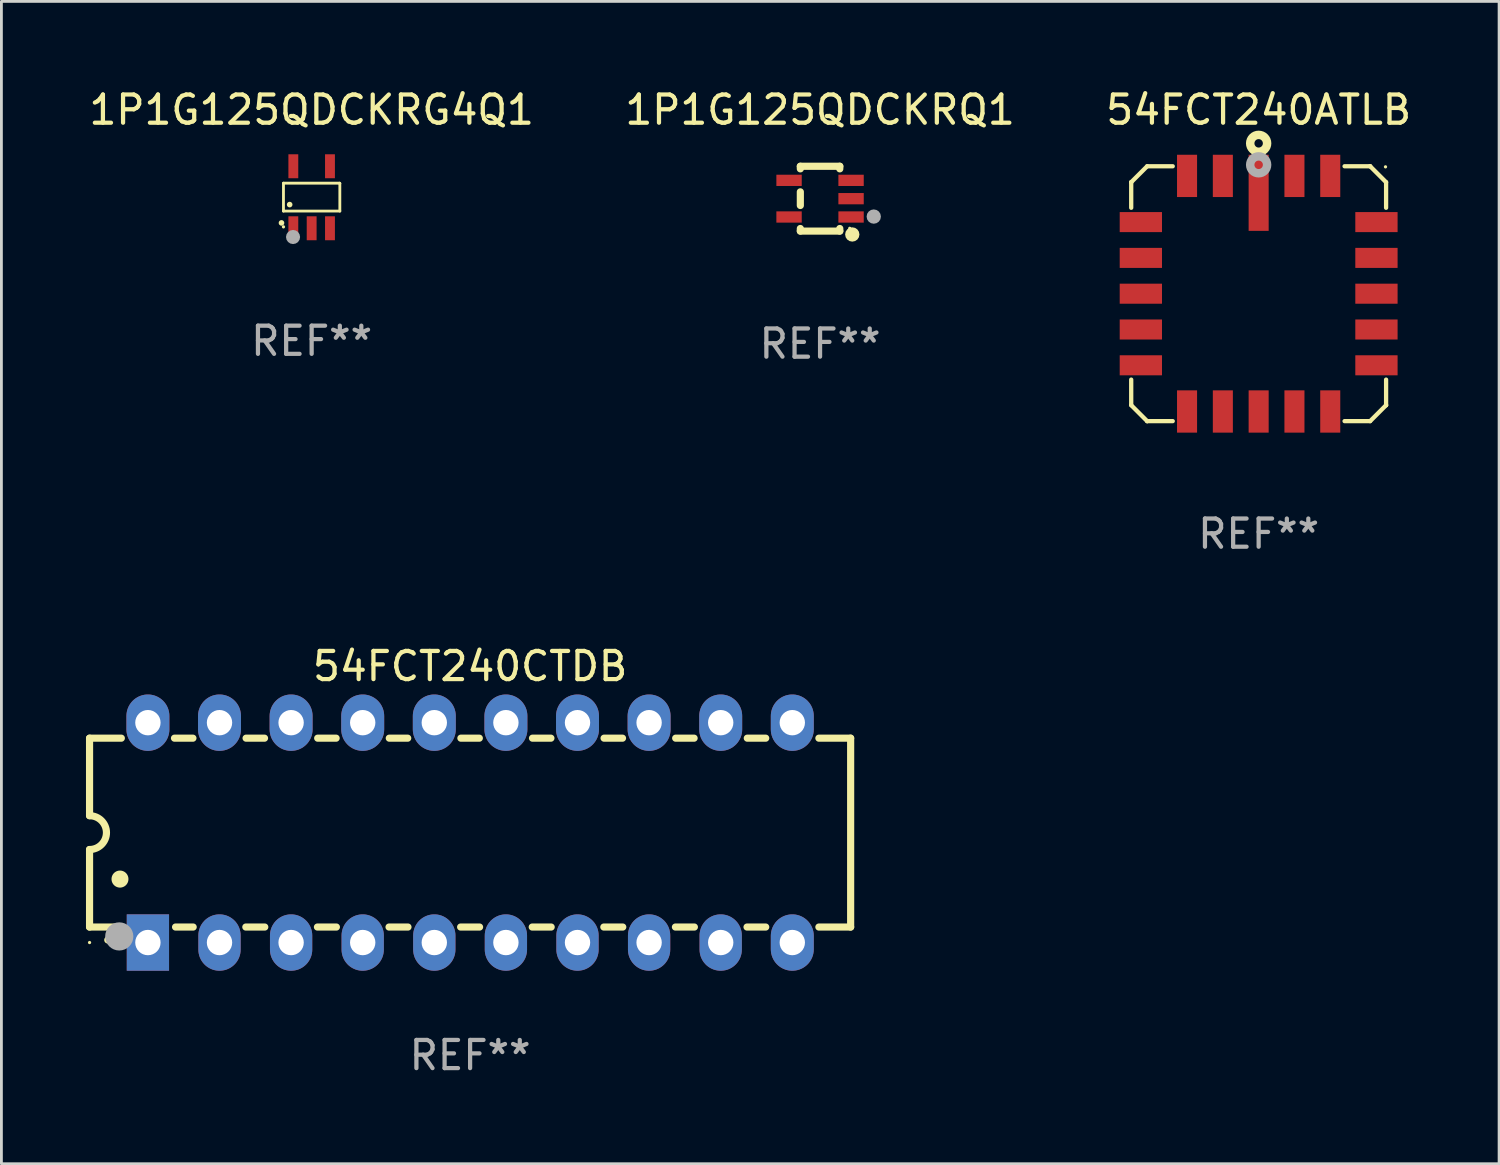
<source format=kicad_pcb>
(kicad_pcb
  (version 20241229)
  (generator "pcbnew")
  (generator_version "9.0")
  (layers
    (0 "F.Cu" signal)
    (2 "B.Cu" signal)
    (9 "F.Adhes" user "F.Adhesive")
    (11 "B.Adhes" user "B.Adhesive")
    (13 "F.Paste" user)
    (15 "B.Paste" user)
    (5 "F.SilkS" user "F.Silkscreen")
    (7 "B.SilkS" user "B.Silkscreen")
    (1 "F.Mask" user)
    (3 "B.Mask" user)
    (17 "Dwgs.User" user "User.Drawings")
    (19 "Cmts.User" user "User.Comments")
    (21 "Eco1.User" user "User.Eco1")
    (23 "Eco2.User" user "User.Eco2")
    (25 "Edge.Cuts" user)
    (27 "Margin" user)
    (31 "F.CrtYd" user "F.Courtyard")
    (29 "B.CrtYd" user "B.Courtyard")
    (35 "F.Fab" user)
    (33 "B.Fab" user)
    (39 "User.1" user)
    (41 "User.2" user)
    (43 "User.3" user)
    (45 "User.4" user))
  (footprint "1P1G125QDCKRG4Q1"
    (layer "F.Cu")
    (at 8.006 3.948)
    (property "Reference" "1P1G125QDCKRG4Q1" (at 0 -3.1 0) (layer "F.SilkS") (effects (font (size 1 1) (thickness 0.15))))
    (attr through_hole)
    (fp_line (start -1 -0.5) (end -1 0.49) (stroke (width 0.1) (type solid)) (layer "F.SilkS"))
    (fp_line (start -1 0.49) (end 1 0.49) (stroke (width 0.1) (type solid)) (layer "F.SilkS"))
    (fp_line (start 0.99 -0.5) (end -1 -0.5) (stroke (width 0.1) (type solid)) (layer "F.SilkS"))
    (fp_line (start 1 -0.49) (end 0.99 -0.5) (stroke (width 0.1) (type solid)) (layer "F.SilkS"))
    (fp_line (start 1 0.49) (end 1 -0.49) (stroke (width 0.1) (type solid)) (layer "F.SilkS"))
    (fp_circle (center -1.07 0.91) (end -1.02 0.91) (stroke (width 0.1) (type solid)) (fill no) (layer "F.SilkS"))
    (fp_circle (center -1 1.05) (end -0.97 1.05) (stroke (width 0.06) (type solid)) (fill no) (layer "F.SilkS"))
    (fp_circle (center -0.78 0.26) (end -0.73 0.26) (stroke (width 0.1) (type solid)) (fill no) (layer "F.SilkS"))
    (fp_circle (center -0.66 1.41) (end -0.535 1.41) (stroke (width 0.25) (type solid)) (fill no) (layer "F.Fab"))
    (fp_text user "REF**" (at 0 5.1 0) (layer "F.Fab") (effects (font (size 1 1) (thickness 0.15))))
    (pad "1" smd rect (at -0.65 1.1) (size 0.35 0.85) (layers "F.Cu" "F.Mask" "F.Paste"))
    (pad "2" smd rect (at 0.000051 1.1) (size 0.35 0.85) (layers "F.Cu" "F.Mask" "F.Paste"))
    (pad "3" smd rect (at 0.65 1.1) (size 0.35 0.85) (layers "F.Cu" "F.Mask" "F.Paste"))
    (pad "4" smd rect (at 0.65 -1.1) (size 0.35 0.85) (layers "F.Cu" "F.Mask" "F.Paste"))
    (pad "5" smd rect (at -0.65 -1.1) (size 0.35 0.85) (layers "F.Cu" "F.Mask" "F.Paste")))
  (footprint "54FCT240ATLB"
    (layer "F.Cu")
    (at 41.601 7.369)
    (property "Reference" "54FCT240ATLB" (at 0 -6.521 0) (layer "F.SilkS") (effects (font (size 1 1) (thickness 0.15))))
    (attr through_hole)
    (fp_line (start -4.521 -3.955) (end -3.955 -4.521) (stroke (width 0.152) (type solid)) (layer "F.SilkS"))
    (fp_line (start -4.521 -3.955) (end -4.521 -3.955) (stroke (width 0.152) (type solid)) (layer "F.SilkS"))
    (fp_line (start -4.521 -3.048) (end -4.521 -3.955) (stroke (width 0.152) (type solid)) (layer "F.SilkS"))
    (fp_line (start -4.521 3.955) (end -4.521 3.048) (stroke (width 0.152) (type solid)) (layer "F.SilkS"))
    (fp_line (start -3.955 -4.521) (end -3.048 -4.521) (stroke (width 0.152) (type solid)) (layer "F.SilkS"))
    (fp_line (start -3.955 4.521) (end -4.521 3.955) (stroke (width 0.152) (type solid)) (layer "F.SilkS"))
    (fp_line (start -3.955 4.521) (end -3.955 4.521) (stroke (width 0.152) (type solid)) (layer "F.SilkS"))
    (fp_line (start -3.048 4.521) (end -3.955 4.521) (stroke (width 0.152) (type solid)) (layer "F.SilkS"))
    (fp_line (start 3.048 -4.521) (end 3.955 -4.521) (stroke (width 0.152) (type solid)) (layer "F.SilkS"))
    (fp_line (start 3.955 -4.521) (end 3.955 -4.521) (stroke (width 0.152) (type solid)) (layer "F.SilkS"))
    (fp_line (start 3.955 -4.521) (end 4.521 -3.955) (stroke (width 0.152) (type solid)) (layer "F.SilkS"))
    (fp_line (start 3.955 4.521) (end 3.048 4.521) (stroke (width 0.152) (type solid)) (layer "F.SilkS"))
    (fp_line (start 4.521 -3.955) (end 4.521 -3.048) (stroke (width 0.152) (type solid)) (layer "F.SilkS"))
    (fp_line (start 4.521 3.048) (end 4.521 3.955) (stroke (width 0.152) (type solid)) (layer "F.SilkS"))
    (fp_line (start 4.521 3.955) (end 4.521 3.955) (stroke (width 0.152) (type solid)) (layer "F.SilkS"))
    (fp_line (start 4.521 3.955) (end 3.955 4.521) (stroke (width 0.152) (type solid)) (layer "F.SilkS"))
    (fp_circle (center 0.000025 -5.334) (end 0.15 -5.334) (stroke (width 0.3) (type solid)) (fill no) (layer "F.SilkS"))
    (fp_circle (center 4.5 -4.5) (end 4.53 -4.5) (stroke (width 0.06) (type solid)) (fill no) (layer "F.SilkS"))
    (fp_circle (center 0.000025 -4.572) (end 0.15 -4.572) (stroke (width 0.3) (type solid)) (fill no) (layer "F.Fab"))
    (fp_text user "REF**" (at 0 8.521 0) (layer "F.Fab") (effects (font (size 1 1) (thickness 0.15))))
    (pad "1" smd rect (at 0.000025 -3.579 90) (size 2.7 0.711) (layers "F.Cu" "F.Mask" "F.Paste"))
    (pad "2" smd rect (at -1.27 -4.179 90) (size 1.5 0.711) (layers "F.Cu" "F.Mask" "F.Paste"))
    (pad "3" smd rect (at -2.54 -4.179 90) (size 1.5 0.711) (layers "F.Cu" "F.Mask" "F.Paste"))
    (pad "4" smd rect (at -4.179 -2.54 90) (size 0.711 1.5) (layers "F.Cu" "F.Mask" "F.Paste"))
    (pad "5" smd rect (at -4.179 -1.27 90) (size 0.711 1.5) (layers "F.Cu" "F.Mask" "F.Paste"))
    (pad "6" smd rect (at -4.179 0.000025 90) (size 0.711 1.5) (layers "F.Cu" "F.Mask" "F.Paste"))
    (pad "7" smd rect (at -4.179 1.27 90) (size 0.711 1.5) (layers "F.Cu" "F.Mask" "F.Paste"))
    (pad "8" smd rect (at -4.179 2.54 90) (size 0.711 1.5) (layers "F.Cu" "F.Mask" "F.Paste"))
    (pad "9" smd rect (at -2.54 4.179 90) (size 1.5 0.711) (layers "F.Cu" "F.Mask" "F.Paste"))
    (pad "10" smd rect (at -1.27 4.179 90) (size 1.5 0.711) (layers "F.Cu" "F.Mask" "F.Paste"))
    (pad "11" smd rect (at 0.000025 4.179 90) (size 1.5 0.711) (layers "F.Cu" "F.Mask" "F.Paste"))
    (pad "12" smd rect (at 1.27 4.179 90) (size 1.5 0.711) (layers "F.Cu" "F.Mask" "F.Paste"))
    (pad "13" smd rect (at 2.54 4.179 90) (size 1.5 0.711) (layers "F.Cu" "F.Mask" "F.Paste"))
    (pad "14" smd rect (at 4.179 2.54 90) (size 0.711 1.5) (layers "F.Cu" "F.Mask" "F.Paste"))
    (pad "15" smd rect (at 4.179 1.27 90) (size 0.711 1.5) (layers "F.Cu" "F.Mask" "F.Paste"))
    (pad "16" smd rect (at 4.179 0.000025 90) (size 0.711 1.5) (layers "F.Cu" "F.Mask" "F.Paste"))
    (pad "17" smd rect (at 4.179 -1.27 90) (size 0.711 1.5) (layers "F.Cu" "F.Mask" "F.Paste"))
    (pad "18" smd rect (at 4.179 -2.54 90) (size 0.711 1.5) (layers "F.Cu" "F.Mask" "F.Paste"))
    (pad "19" smd rect (at 2.54 -4.179 90) (size 1.5 0.711) (layers "F.Cu" "F.Mask" "F.Paste"))
    (pad "20" smd rect (at 1.27 -4.179 90) (size 1.5 0.711) (layers "F.Cu" "F.Mask" "F.Paste")))
  (footprint "54FCT240CTDB"
    (layer "F.Cu")
    (at 13.627 26.487)
    (property "Reference" "54FCT240CTDB" (at 0 -5.9 0) (layer "F.SilkS") (effects (font (size 1 1) (thickness 0.15))))
    (attr through_hole)
    (fp_line (start -13.5 -3.35) (end -12.373 -3.35) (stroke (width 0.254) (type solid)) (layer "F.SilkS"))
    (fp_line (start -13.5 -0.6) (end -13.5 -3.35) (stroke (width 0.254) (type solid)) (layer "F.SilkS"))
    (fp_line (start -13.5 3.35) (end -13.5 0.6) (stroke (width 0.254) (type solid)) (layer "F.SilkS"))
    (fp_line (start -13.5 3.35) (end -12.411 3.35) (stroke (width 0.254) (type solid)) (layer "F.SilkS"))
    (fp_line (start -10.487 -3.35) (end -9.833 -3.35) (stroke (width 0.254) (type solid)) (layer "F.SilkS"))
    (fp_line (start -10.449 3.35) (end -9.824 3.35) (stroke (width 0.254) (type solid)) (layer "F.SilkS"))
    (fp_line (start -7.956 3.35) (end -7.284 3.35) (stroke (width 0.254) (type solid)) (layer "F.SilkS"))
    (fp_line (start -7.947 -3.35) (end -7.293 -3.35) (stroke (width 0.254) (type solid)) (layer "F.SilkS"))
    (fp_line (start -5.416 3.35) (end -4.744 3.35) (stroke (width 0.254) (type solid)) (layer "F.SilkS"))
    (fp_line (start -5.407 -3.35) (end -4.753 -3.35) (stroke (width 0.254) (type solid)) (layer "F.SilkS"))
    (fp_line (start -2.876 3.35) (end -2.204 3.35) (stroke (width 0.254) (type solid)) (layer "F.SilkS"))
    (fp_line (start -2.867 -3.35) (end -2.213 -3.35) (stroke (width 0.254) (type solid)) (layer "F.SilkS"))
    (fp_line (start -0.336 3.35) (end 0.336 3.35) (stroke (width 0.254) (type solid)) (layer "F.SilkS"))
    (fp_line (start -0.327 -3.35) (end 0.327 -3.35) (stroke (width 0.254) (type solid)) (layer "F.SilkS"))
    (fp_line (start 2.204 3.35) (end 2.876 3.35) (stroke (width 0.254) (type solid)) (layer "F.SilkS"))
    (fp_line (start 2.213 -3.35) (end 2.867 -3.35) (stroke (width 0.254) (type solid)) (layer "F.SilkS"))
    (fp_line (start 4.744 3.35) (end 5.416 3.35) (stroke (width 0.254) (type solid)) (layer "F.SilkS"))
    (fp_line (start 4.753 -3.35) (end 5.407 -3.35) (stroke (width 0.254) (type solid)) (layer "F.SilkS"))
    (fp_line (start 7.284 3.35) (end 7.956 3.35) (stroke (width 0.254) (type solid)) (layer "F.SilkS"))
    (fp_line (start 7.293 -3.35) (end 7.947 -3.35) (stroke (width 0.254) (type solid)) (layer "F.SilkS"))
    (fp_line (start 9.824 3.35) (end 10.487 3.35) (stroke (width 0.254) (type solid)) (layer "F.SilkS"))
    (fp_line (start 9.833 -3.35) (end 10.487 -3.35) (stroke (width 0.254) (type solid)) (layer "F.SilkS"))
    (fp_line (start 12.373 -3.35) (end 13.5 -3.35) (stroke (width 0.254) (type solid)) (layer "F.SilkS"))
    (fp_line (start 12.373 3.35) (end 13.5 3.35) (stroke (width 0.254) (type solid)) (layer "F.SilkS"))
    (fp_line (start 13.5 -3.35) (end 13.5 3.35) (stroke (width 0.254) (type solid)) (layer "F.SilkS"))
    (fp_arc (start -13.500127 -0.599442) (mid -12.900406 0.000228) (end -13.500025 0.6) (stroke (width 0.254001) (type solid)) (layer "F.SilkS"))
    (fp_arc (start -12.854966 3.810008) (mid -12.854973 3.808738) (end -12.854966 3.807468) (stroke (width 0.25) (type solid)) (layer "F.SilkS"))
    (fp_arc (start -12.420625 1.651003) (mid -12.420636 1.648463) (end -12.420625 1.645923) (stroke (width 0.6) (type solid)) (layer "F.SilkS"))
    (fp_circle (center -13.5 3.9) (end -13.47 3.9) (stroke (width 0.06) (type solid)) (fill no) (layer "F.SilkS"))
    (fp_circle (center -12.446 3.683) (end -12.196 3.683) (stroke (width 0.5) (type solid)) (fill no) (layer "F.Fab"))
    (fp_text user "REF**" (at 0 7.9 0) (layer "F.Fab") (effects (font (size 1 1) (thickness 0.15))))
    (pad "1" thru_hole rect (at -11.43 3.9 90) (size 2 1.5) (drill 0.9) (layers "*.Cu" "*.Mask"))
    (pad "2" thru_hole oval (at -8.89 3.9 90) (size 2 1.5) (drill 0.9) (layers "*.Cu" "*.Mask"))
    (pad "3" thru_hole oval (at -6.35 3.9 90) (size 2 1.5) (drill 0.9) (layers "*.Cu" "*.Mask"))
    (pad "4" thru_hole oval (at -3.81 3.9 90) (size 2 1.5) (drill 0.9) (layers "*.Cu" "*.Mask"))
    (pad "5" thru_hole oval (at -1.27 3.9 90) (size 2 1.5) (drill 0.9) (layers "*.Cu" "*.Mask"))
    (pad "6" thru_hole oval (at 1.27 3.9 90) (size 2 1.5) (drill 0.9) (layers "*.Cu" "*.Mask"))
    (pad "7" thru_hole oval (at 3.81 3.9 90) (size 2 1.5) (drill 0.9) (layers "*.Cu" "*.Mask"))
    (pad "8" thru_hole oval (at 6.35 3.9 90) (size 2 1.5) (drill 0.9) (layers "*.Cu" "*.Mask"))
    (pad "9" thru_hole oval (at 8.89 3.9 90) (size 2 1.5) (drill 0.9) (layers "*.Cu" "*.Mask"))
    (pad "10" thru_hole oval (at 11.43 3.9 90) (size 2 1.524) (drill 0.9) (layers "*.Cu" "*.Mask"))
    (pad "11" thru_hole oval (at 11.43 -3.9 90) (size 2 1.524) (drill 0.9) (layers "*.Cu" "*.Mask"))
    (pad "12" thru_hole oval (at 8.89 -3.9 90) (size 2 1.524) (drill 0.9) (layers "*.Cu" "*.Mask"))
    (pad "13" thru_hole oval (at 6.35 -3.9 90) (size 2 1.524) (drill 0.9) (layers "*.Cu" "*.Mask"))
    (pad "14" thru_hole oval (at 3.81 -3.9 90) (size 2 1.524) (drill 0.9) (layers "*.Cu" "*.Mask"))
    (pad "15" thru_hole oval (at 1.27 -3.9 90) (size 2 1.524) (drill 0.9) (layers "*.Cu" "*.Mask"))
    (pad "16" thru_hole oval (at -1.27 -3.9 90) (size 2 1.524) (drill 0.9) (layers "*.Cu" "*.Mask"))
    (pad "17" thru_hole oval (at -3.81 -3.9 90) (size 2 1.524) (drill 0.9) (layers "*.Cu" "*.Mask"))
    (pad "18" thru_hole oval (at -6.35 -3.9 90) (size 2 1.524) (drill 0.9) (layers "*.Cu" "*.Mask"))
    (pad "19" thru_hole oval (at -8.89 -3.9 90) (size 2 1.524) (drill 0.9) (layers "*.Cu" "*.Mask"))
    (pad "20" thru_hole oval (at -11.43 -3.9 90) (size 2 1.524) (drill 0.9) (layers "*.Cu" "*.Mask")))
  (footprint "1P1G125QDCKRQ1"
    (layer "F.Cu")
    (at 26.042 3.998)
    (property "Reference" "1P1G125QDCKRQ1" (at 0 -3.15 0) (layer "F.SilkS") (effects (font (size 1 1) (thickness 0.15))))
    (attr through_hole)
    (fp_line (start -0.7 -1.15) (end 0.7 -1.15) (stroke (width 0.254) (type solid)) (layer "F.SilkS"))
    (fp_line (start -0.7 -1.058) (end -0.7 -1.15) (stroke (width 0.254) (type solid)) (layer "F.SilkS"))
    (fp_line (start -0.7 0.242) (end -0.7 -0.242) (stroke (width 0.254) (type solid)) (layer "F.SilkS"))
    (fp_line (start -0.7 1.15) (end -0.7 1.058) (stroke (width 0.254) (type solid)) (layer "F.SilkS"))
    (fp_line (start -0.7 1.15) (end 0.7 1.15) (stroke (width 0.254) (type solid)) (layer "F.SilkS"))
    (fp_line (start 0.7 -1.058) (end 0.7 -1.15) (stroke (width 0.254) (type solid)) (layer "F.SilkS"))
    (fp_line (start 0.7 1.15) (end 0.7 1.058) (stroke (width 0.254) (type solid)) (layer "F.SilkS"))
    (fp_circle (center 1.053 1.052) (end 1.083 1.052) (stroke (width 0.06) (type solid)) (fill no) (layer "F.SilkS"))
    (fp_circle (center 1.143 1.27) (end 1.27 1.27) (stroke (width 0.254) (type solid)) (fill no) (layer "F.SilkS"))
    (fp_circle (center 1.905 0.635) (end 2.032 0.635) (stroke (width 0.254) (type solid)) (fill no) (layer "F.Fab"))
    (fp_text user "REF**" (at 0 5.15 0) (layer "F.Fab") (effects (font (size 1 1) (thickness 0.15))))
    (pad "1" smd rect (at 1.1 0.65 90) (size 0.4 0.9) (layers "F.Cu" "F.Mask" "F.Paste"))
    (pad "2" smd rect (at 1.1 0.000076 90) (size 0.4 0.9) (layers "F.Cu" "F.Mask" "F.Paste"))
    (pad "3" smd rect (at 1.1 -0.65 90) (size 0.4 0.9) (layers "F.Cu" "F.Mask" "F.Paste"))
    (pad "4" smd rect (at -1.1 -0.65 90) (size 0.4 0.9) (layers "F.Cu" "F.Mask" "F.Paste"))
    (pad "5" smd rect (at -1.1 0.65 90) (size 0.4 0.9) (layers "F.Cu" "F.Mask" "F.Paste")))
  (gr_rect
    (start -3 -3)
    (end 50.131 38.235)
    (stroke (width 0.1) (type default))
    (fill no)
    (layer "Edge.Cuts")))
</source>
